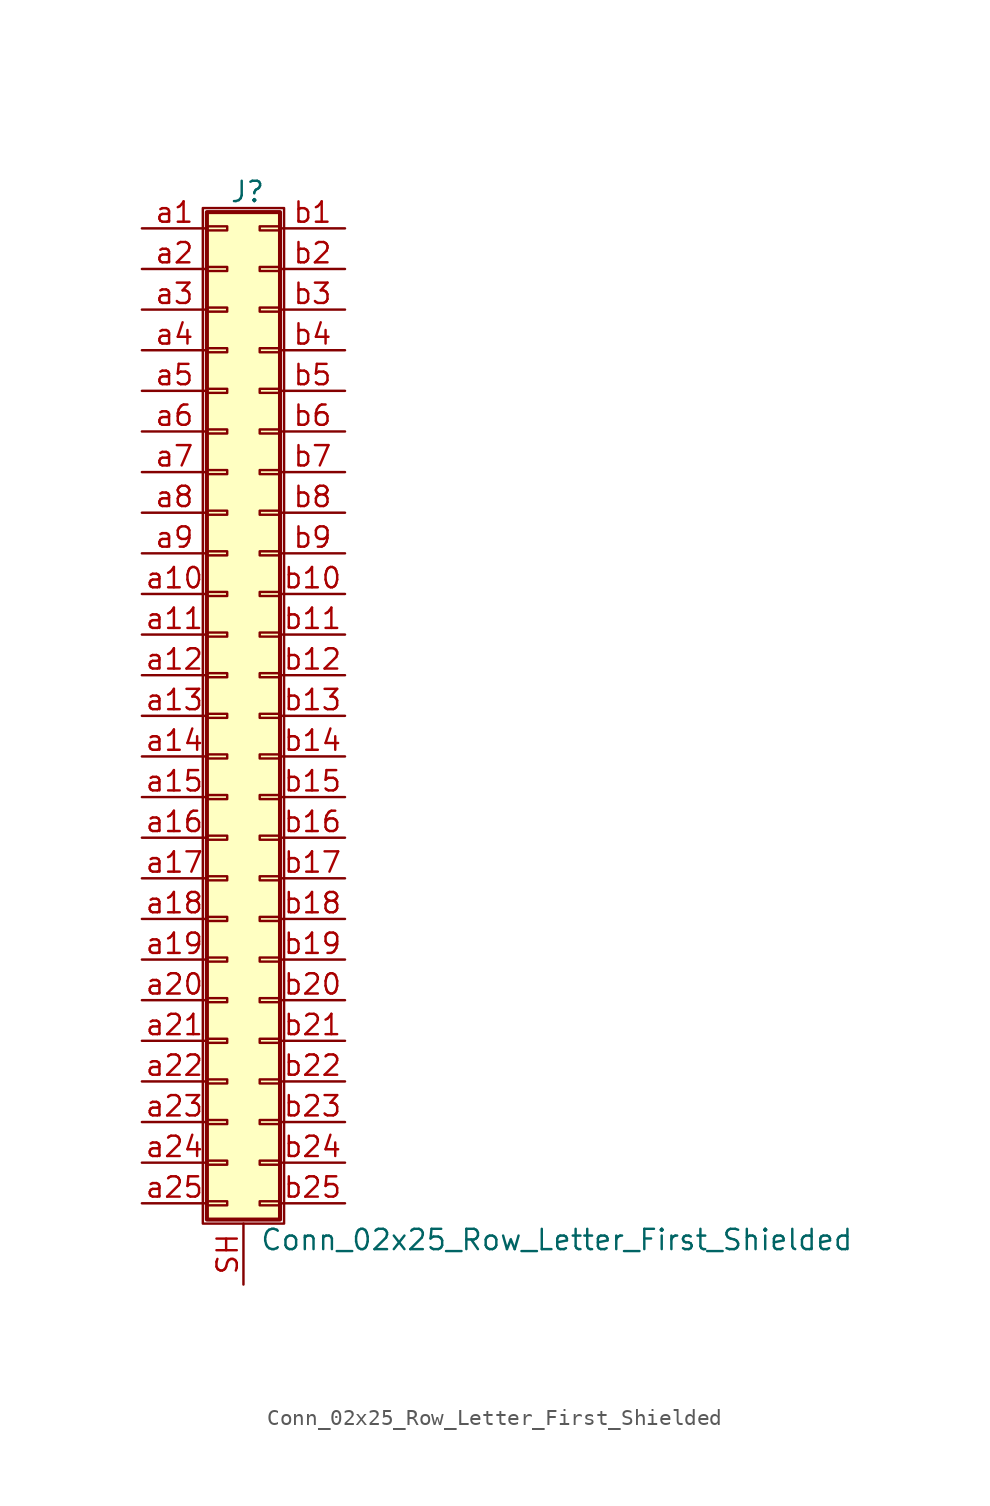
<source format=kicad_sym>
(kicad_symbol_lib
  (version 20201005)
  (generator kicad_symbol_editor)
  (symbol "Conn_02x25_Row_Letter_First_Shielded"
    (pin_names
      (offset 1.016) hide)
    (property "Reference" "J"
      (at 1.524 32.766 0)
      (effects (font (size 1.27 1.27))))
    (property "Value" "Conn_02x25_Row_Letter_First_Shielded"
      (at 2.286 -32.766 0)
      (effects (font (size 1.27 1.27)) (justify left)))
    (symbol "Conn_02x25_Row_Letter_First_Shielded_1_1"
      (rectangle (start -1.27 31.75) (end 3.81 -31.75) (stroke (width 0.152)) (fill (type none)))
      (rectangle (start -1.016 -30.353) (end 0.254 -30.607) (stroke (width 0.152)) (fill (type none)))
      (rectangle (start -1.016 -27.813) (end 0.254 -28.067) (stroke (width 0.152)) (fill (type none)))
      (rectangle (start -1.016 -25.273) (end 0.254 -25.527) (stroke (width 0.152)) (fill (type none)))
      (rectangle (start -1.016 -22.733) (end 0.254 -22.987) (stroke (width 0.152)) (fill (type none)))
      (rectangle (start -1.016 -20.193) (end 0.254 -20.447) (stroke (width 0.152)) (fill (type none)))
      (rectangle (start -1.016 -17.653) (end 0.254 -17.907) (stroke (width 0.152)) (fill (type none)))
      (rectangle (start -1.016 -15.113) (end 0.254 -15.367) (stroke (width 0.152)) (fill (type none)))
      (rectangle (start -1.016 -12.573) (end 0.254 -12.827) (stroke (width 0.152)) (fill (type none)))
      (rectangle (start -1.016 -10.033) (end 0.254 -10.287) (stroke (width 0.152)) (fill (type none)))
      (rectangle (start -1.016 -7.493) (end 0.254 -7.747) (stroke (width 0.152)) (fill (type none)))
      (rectangle (start -1.016 -4.953) (end 0.254 -5.207) (stroke (width 0.152)) (fill (type none)))
      (rectangle (start -1.016 -2.413) (end 0.254 -2.667) (stroke (width 0.152)) (fill (type none)))
      (rectangle (start -1.016 0.127) (end 0.254 -0.127) (stroke (width 0.152)) (fill (type none)))
      (rectangle (start -1.016 2.667) (end 0.254 2.413) (stroke (width 0.152)) (fill (type none)))
      (rectangle (start -1.016 5.207) (end 0.254 4.953) (stroke (width 0.152)) (fill (type none)))
      (rectangle (start -1.016 7.747) (end 0.254 7.493) (stroke (width 0.152)) (fill (type none)))
      (rectangle (start -1.016 10.287) (end 0.254 10.033) (stroke (width 0.152)) (fill (type none)))
      (rectangle (start -1.016 12.827) (end 0.254 12.573) (stroke (width 0.152)) (fill (type none)))
      (rectangle (start -1.016 15.367) (end 0.254 15.113) (stroke (width 0.152)) (fill (type none)))
      (rectangle (start -1.016 17.907) (end 0.254 17.653) (stroke (width 0.152)) (fill (type none)))
      (rectangle (start -1.016 20.447) (end 0.254 20.193) (stroke (width 0.152)) (fill (type none)))
      (rectangle (start -1.016 22.987) (end 0.254 22.733) (stroke (width 0.152)) (fill (type none)))
      (rectangle (start -1.016 25.527) (end 0.254 25.273) (stroke (width 0.152)) (fill (type none)))
      (rectangle (start -1.016 28.067) (end 0.254 27.813) (stroke (width 0.152)) (fill (type none)))
      (rectangle (start -1.016 30.607) (end 0.254 30.353) (stroke (width 0.152)) (fill (type none)))
      (rectangle (start -1.016 31.496) (end 3.556 -31.496) (stroke (width 0.254)) (fill (type background)))
      (rectangle (start 3.556 -30.353) (end 2.286 -30.607) (stroke (width 0.152)) (fill (type none)))
      (rectangle (start 3.556 -27.813) (end 2.286 -28.067) (stroke (width 0.152)) (fill (type none)))
      (rectangle (start 3.556 -25.273) (end 2.286 -25.527) (stroke (width 0.152)) (fill (type none)))
      (rectangle (start 3.556 -22.733) (end 2.286 -22.987) (stroke (width 0.152)) (fill (type none)))
      (rectangle (start 3.556 -20.193) (end 2.286 -20.447) (stroke (width 0.152)) (fill (type none)))
      (rectangle (start 3.556 -17.653) (end 2.286 -17.907) (stroke (width 0.152)) (fill (type none)))
      (rectangle (start 3.556 -15.113) (end 2.286 -15.367) (stroke (width 0.152)) (fill (type none)))
      (rectangle (start 3.556 -12.573) (end 2.286 -12.827) (stroke (width 0.152)) (fill (type none)))
      (rectangle (start 3.556 -10.033) (end 2.286 -10.287) (stroke (width 0.152)) (fill (type none)))
      (rectangle (start 3.556 -7.493) (end 2.286 -7.747) (stroke (width 0.152)) (fill (type none)))
      (rectangle (start 3.556 -4.953) (end 2.286 -5.207) (stroke (width 0.152)) (fill (type none)))
      (rectangle (start 3.556 -2.413) (end 2.286 -2.667) (stroke (width 0.152)) (fill (type none)))
      (rectangle (start 3.556 0.127) (end 2.286 -0.127) (stroke (width 0.152)) (fill (type none)))
      (rectangle (start 3.556 2.667) (end 2.286 2.413) (stroke (width 0.152)) (fill (type none)))
      (rectangle (start 3.556 5.207) (end 2.286 4.953) (stroke (width 0.152)) (fill (type none)))
      (rectangle (start 3.556 7.747) (end 2.286 7.493) (stroke (width 0.152)) (fill (type none)))
      (rectangle (start 3.556 10.287) (end 2.286 10.033) (stroke (width 0.152)) (fill (type none)))
      (rectangle (start 3.556 12.827) (end 2.286 12.573) (stroke (width 0.152)) (fill (type none)))
      (rectangle (start 3.556 15.367) (end 2.286 15.113) (stroke (width 0.152)) (fill (type none)))
      (rectangle (start 3.556 17.907) (end 2.286 17.653) (stroke (width 0.152)) (fill (type none)))
      (rectangle (start 3.556 20.447) (end 2.286 20.193) (stroke (width 0.152)) (fill (type none)))
      (rectangle (start 3.556 22.987) (end 2.286 22.733) (stroke (width 0.152)) (fill (type none)))
      (rectangle (start 3.556 25.527) (end 2.286 25.273) (stroke (width 0.152)) (fill (type none)))
      (rectangle (start 3.556 28.067) (end 2.286 27.813) (stroke (width 0.152)) (fill (type none)))
      (rectangle (start 3.556 30.607) (end 2.286 30.353) (stroke (width 0.152)) (fill (type none)))
      (pin passive line (at 1.27 -35.56 90) (length 3.81) (name "Shield" (effects (font (size 1.27 1.27)))) (number "SH" (effects (font (size 1.27 1.27)))))
      (pin passive line (at -5.08 30.48 0) (length 4.064) (name "Pin_a1" (effects (font (size 1.27 1.27)))) (number "a1" (effects (font (size 1.27 1.27)))))
      (pin passive line (at -5.08 7.62 0) (length 4.064) (name "Pin_a10" (effects (font (size 1.27 1.27)))) (number "a10" (effects (font (size 1.27 1.27)))))
      (pin passive line (at -5.08 5.08 0) (length 4.064) (name "Pin_a11" (effects (font (size 1.27 1.27)))) (number "a11" (effects (font (size 1.27 1.27)))))
      (pin passive line (at -5.08 2.54 0) (length 4.064) (name "Pin_a12" (effects (font (size 1.27 1.27)))) (number "a12" (effects (font (size 1.27 1.27)))))
      (pin passive line (at -5.08 0 0) (length 4.064) (name "Pin_a13" (effects (font (size 1.27 1.27)))) (number "a13" (effects (font (size 1.27 1.27)))))
      (pin passive line (at -5.08 -2.54 0) (length 4.064) (name "Pin_a14" (effects (font (size 1.27 1.27)))) (number "a14" (effects (font (size 1.27 1.27)))))
      (pin passive line (at -5.08 -5.08 0) (length 4.064) (name "Pin_a15" (effects (font (size 1.27 1.27)))) (number "a15" (effects (font (size 1.27 1.27)))))
      (pin passive line (at -5.08 -7.62 0) (length 4.064) (name "Pin_a16" (effects (font (size 1.27 1.27)))) (number "a16" (effects (font (size 1.27 1.27)))))
      (pin passive line (at -5.08 -10.16 0) (length 4.064) (name "Pin_a17" (effects (font (size 1.27 1.27)))) (number "a17" (effects (font (size 1.27 1.27)))))
      (pin passive line (at -5.08 -12.7 0) (length 4.064) (name "Pin_a18" (effects (font (size 1.27 1.27)))) (number "a18" (effects (font (size 1.27 1.27)))))
      (pin passive line (at -5.08 -15.24 0) (length 4.064) (name "Pin_a19" (effects (font (size 1.27 1.27)))) (number "a19" (effects (font (size 1.27 1.27)))))
      (pin passive line (at -5.08 27.94 0) (length 4.064) (name "Pin_a2" (effects (font (size 1.27 1.27)))) (number "a2" (effects (font (size 1.27 1.27)))))
      (pin passive line (at -5.08 -17.78 0) (length 4.064) (name "Pin_a20" (effects (font (size 1.27 1.27)))) (number "a20" (effects (font (size 1.27 1.27)))))
      (pin passive line (at -5.08 -20.32 0) (length 4.064) (name "Pin_a21" (effects (font (size 1.27 1.27)))) (number "a21" (effects (font (size 1.27 1.27)))))
      (pin passive line (at -5.08 -22.86 0) (length 4.064) (name "Pin_a22" (effects (font (size 1.27 1.27)))) (number "a22" (effects (font (size 1.27 1.27)))))
      (pin passive line (at -5.08 -25.4 0) (length 4.064) (name "Pin_a23" (effects (font (size 1.27 1.27)))) (number "a23" (effects (font (size 1.27 1.27)))))
      (pin passive line (at -5.08 -27.94 0) (length 4.064) (name "Pin_a24" (effects (font (size 1.27 1.27)))) (number "a24" (effects (font (size 1.27 1.27)))))
      (pin passive line (at -5.08 -30.48 0) (length 4.064) (name "Pin_a25" (effects (font (size 1.27 1.27)))) (number "a25" (effects (font (size 1.27 1.27)))))
      (pin passive line (at -5.08 25.4 0) (length 4.064) (name "Pin_a3" (effects (font (size 1.27 1.27)))) (number "a3" (effects (font (size 1.27 1.27)))))
      (pin passive line (at -5.08 22.86 0) (length 4.064) (name "Pin_a4" (effects (font (size 1.27 1.27)))) (number "a4" (effects (font (size 1.27 1.27)))))
      (pin passive line (at -5.08 20.32 0) (length 4.064) (name "Pin_a5" (effects (font (size 1.27 1.27)))) (number "a5" (effects (font (size 1.27 1.27)))))
      (pin passive line (at -5.08 17.78 0) (length 4.064) (name "Pin_a6" (effects (font (size 1.27 1.27)))) (number "a6" (effects (font (size 1.27 1.27)))))
      (pin passive line (at -5.08 15.24 0) (length 4.064) (name "Pin_a7" (effects (font (size 1.27 1.27)))) (number "a7" (effects (font (size 1.27 1.27)))))
      (pin passive line (at -5.08 12.7 0) (length 4.064) (name "Pin_a8" (effects (font (size 1.27 1.27)))) (number "a8" (effects (font (size 1.27 1.27)))))
      (pin passive line (at -5.08 10.16 0) (length 4.064) (name "Pin_a9" (effects (font (size 1.27 1.27)))) (number "a9" (effects (font (size 1.27 1.27)))))
      (pin passive line (at 7.62 30.48 180) (length 4.064) (name "Pin_b1" (effects (font (size 1.27 1.27)))) (number "b1" (effects (font (size 1.27 1.27)))))
      (pin passive line (at 7.62 7.62 180) (length 4.064) (name "Pin_b10" (effects (font (size 1.27 1.27)))) (number "b10" (effects (font (size 1.27 1.27)))))
      (pin passive line (at 7.62 5.08 180) (length 4.064) (name "Pin_b11" (effects (font (size 1.27 1.27)))) (number "b11" (effects (font (size 1.27 1.27)))))
      (pin passive line (at 7.62 2.54 180) (length 4.064) (name "Pin_b12" (effects (font (size 1.27 1.27)))) (number "b12" (effects (font (size 1.27 1.27)))))
      (pin passive line (at 7.62 0 180) (length 4.064) (name "Pin_b13" (effects (font (size 1.27 1.27)))) (number "b13" (effects (font (size 1.27 1.27)))))
      (pin passive line (at 7.62 -2.54 180) (length 4.064) (name "Pin_b14" (effects (font (size 1.27 1.27)))) (number "b14" (effects (font (size 1.27 1.27)))))
      (pin passive line (at 7.62 -5.08 180) (length 4.064) (name "Pin_b15" (effects (font (size 1.27 1.27)))) (number "b15" (effects (font (size 1.27 1.27)))))
      (pin passive line (at 7.62 -7.62 180) (length 4.064) (name "Pin_b16" (effects (font (size 1.27 1.27)))) (number "b16" (effects (font (size 1.27 1.27)))))
      (pin passive line (at 7.62 -10.16 180) (length 4.064) (name "Pin_b17" (effects (font (size 1.27 1.27)))) (number "b17" (effects (font (size 1.27 1.27)))))
      (pin passive line (at 7.62 -12.7 180) (length 4.064) (name "Pin_b18" (effects (font (size 1.27 1.27)))) (number "b18" (effects (font (size 1.27 1.27)))))
      (pin passive line (at 7.62 -15.24 180) (length 4.064) (name "Pin_b19" (effects (font (size 1.27 1.27)))) (number "b19" (effects (font (size 1.27 1.27)))))
      (pin passive line (at 7.62 27.94 180) (length 4.064) (name "Pin_b2" (effects (font (size 1.27 1.27)))) (number "b2" (effects (font (size 1.27 1.27)))))
      (pin passive line (at 7.62 -17.78 180) (length 4.064) (name "Pin_b20" (effects (font (size 1.27 1.27)))) (number "b20" (effects (font (size 1.27 1.27)))))
      (pin passive line (at 7.62 -20.32 180) (length 4.064) (name "Pin_b21" (effects (font (size 1.27 1.27)))) (number "b21" (effects (font (size 1.27 1.27)))))
      (pin passive line (at 7.62 -22.86 180) (length 4.064) (name "Pin_b22" (effects (font (size 1.27 1.27)))) (number "b22" (effects (font (size 1.27 1.27)))))
      (pin passive line (at 7.62 -25.4 180) (length 4.064) (name "Pin_b23" (effects (font (size 1.27 1.27)))) (number "b23" (effects (font (size 1.27 1.27)))))
      (pin passive line (at 7.62 -27.94 180) (length 4.064) (name "Pin_b24" (effects (font (size 1.27 1.27)))) (number "b24" (effects (font (size 1.27 1.27)))))
      (pin passive line (at 7.62 -30.48 180) (length 4.064) (name "Pin_b25" (effects (font (size 1.27 1.27)))) (number "b25" (effects (font (size 1.27 1.27)))))
      (pin passive line (at 7.62 25.4 180) (length 4.064) (name "Pin_b3" (effects (font (size 1.27 1.27)))) (number "b3" (effects (font (size 1.27 1.27)))))
      (pin passive line (at 7.62 22.86 180) (length 4.064) (name "Pin_b4" (effects (font (size 1.27 1.27)))) (number "b4" (effects (font (size 1.27 1.27)))))
      (pin passive line (at 7.62 20.32 180) (length 4.064) (name "Pin_b5" (effects (font (size 1.27 1.27)))) (number "b5" (effects (font (size 1.27 1.27)))))
      (pin passive line (at 7.62 17.78 180) (length 4.064) (name "Pin_b6" (effects (font (size 1.27 1.27)))) (number "b6" (effects (font (size 1.27 1.27)))))
      (pin passive line (at 7.62 15.24 180) (length 4.064) (name "Pin_b7" (effects (font (size 1.27 1.27)))) (number "b7" (effects (font (size 1.27 1.27)))))
      (pin passive line (at 7.62 12.7 180) (length 4.064) (name "Pin_b8" (effects (font (size 1.27 1.27)))) (number "b8" (effects (font (size 1.27 1.27)))))
      (pin passive line (at 7.62 10.16 180) (length 4.064) (name "Pin_b9" (effects (font (size 1.27 1.27)))) (number "b9" (effects (font (size 1.27 1.27))))))))
</source>
